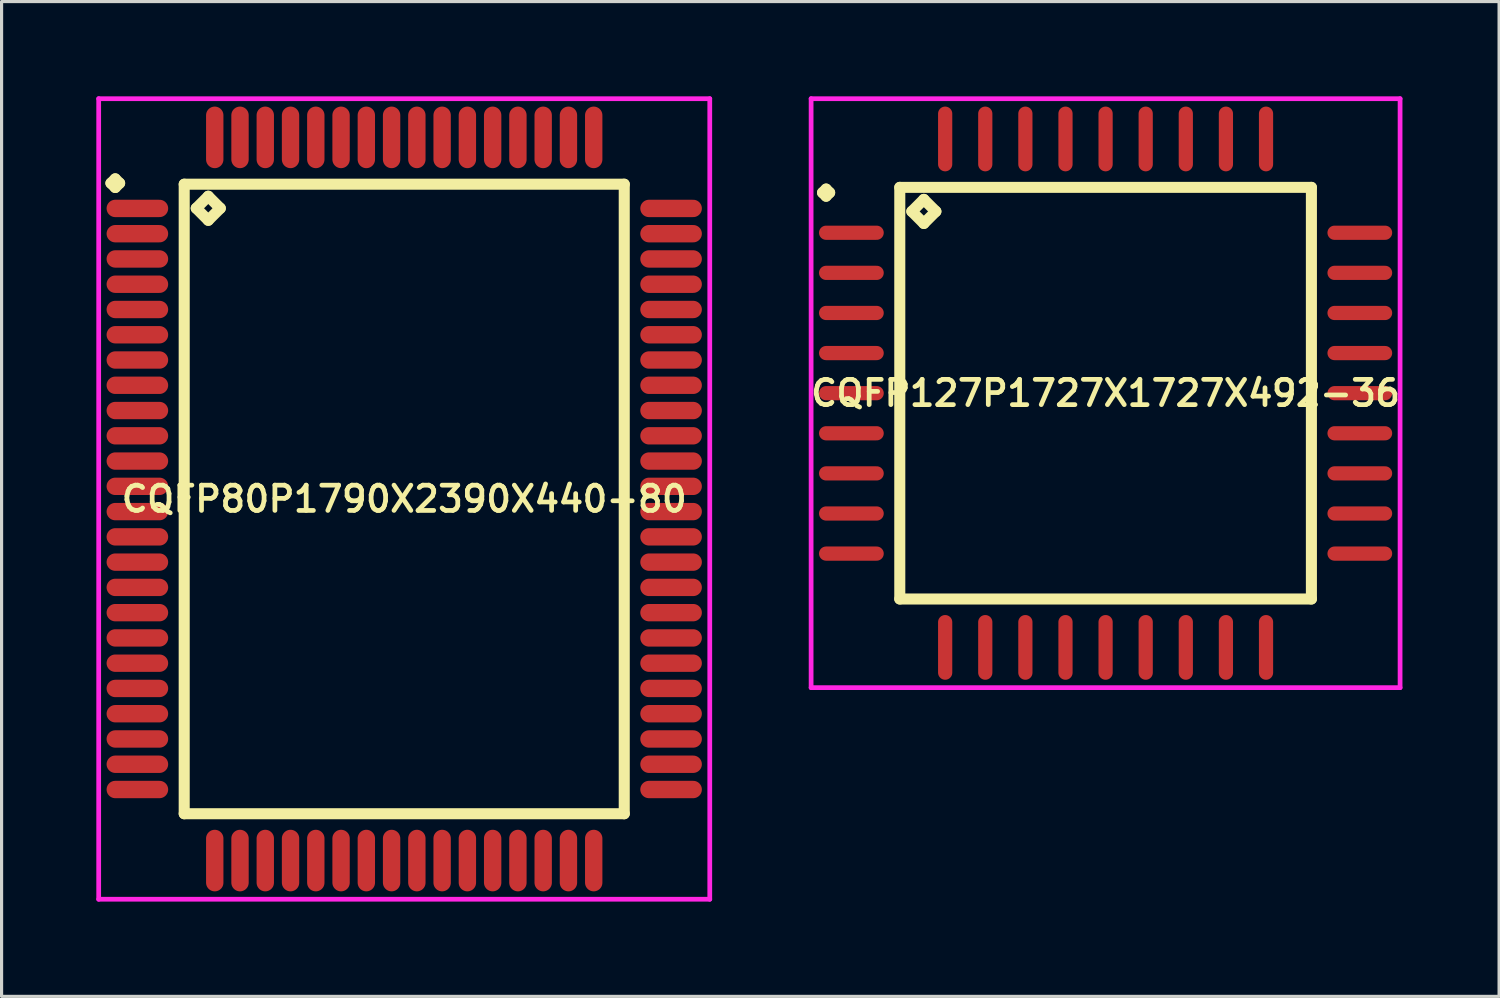
<source format=kicad_pcb>
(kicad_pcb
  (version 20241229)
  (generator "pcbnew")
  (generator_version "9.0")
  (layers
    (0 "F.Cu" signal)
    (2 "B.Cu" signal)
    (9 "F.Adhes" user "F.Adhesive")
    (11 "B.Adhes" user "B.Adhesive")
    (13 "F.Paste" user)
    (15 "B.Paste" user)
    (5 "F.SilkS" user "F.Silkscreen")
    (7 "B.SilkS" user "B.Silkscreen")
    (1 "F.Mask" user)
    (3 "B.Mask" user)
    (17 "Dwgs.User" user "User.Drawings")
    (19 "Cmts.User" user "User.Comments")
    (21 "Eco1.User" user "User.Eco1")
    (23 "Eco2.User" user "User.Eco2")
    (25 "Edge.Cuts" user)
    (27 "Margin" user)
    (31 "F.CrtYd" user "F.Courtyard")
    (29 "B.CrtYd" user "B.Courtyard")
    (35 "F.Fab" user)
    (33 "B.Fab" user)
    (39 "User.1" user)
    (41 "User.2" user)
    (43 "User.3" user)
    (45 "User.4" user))
  (footprint "CQFP80P1790X2390X440-80"
    (layer "F.Cu")
    (at 9.75 12.75)
    (property "Reference" "CQFP80P1790X2390X440-80" (at 0 0 0) (layer "F.SilkS") (effects (font (size 0.8 0.8) (thickness 0.15))))
    (attr through_hole)
    (fp_line (start -9.287 -10) (end -9.15 -10.137) (stroke (width 0.35) (type solid)) (layer "F.SilkS"))
    (fp_line (start -9.15 -10.137) (end -9.012 -10) (stroke (width 0.35) (type solid)) (layer "F.SilkS"))
    (fp_line (start -9.15 -9.863) (end -9.287 -10) (stroke (width 0.35) (type solid)) (layer "F.SilkS"))
    (fp_line (start -9.012 -10) (end -9.15 -9.863) (stroke (width 0.35) (type solid)) (layer "F.SilkS"))
    (fp_line (start -6.967 -9.967) (end -6.967 9.967) (stroke (width 0.35) (type solid)) (layer "F.SilkS"))
    (fp_line (start -6.967 9.967) (end 6.967 9.967) (stroke (width 0.35) (type solid)) (layer "F.SilkS"))
    (fp_line (start -6.586 -9.205) (end -6.205 -9.586) (stroke (width 0.35) (type solid)) (layer "F.SilkS"))
    (fp_line (start -6.205 -9.586) (end -5.824 -9.205) (stroke (width 0.35) (type solid)) (layer "F.SilkS"))
    (fp_line (start -6.205 -8.824) (end -6.586 -9.205) (stroke (width 0.35) (type solid)) (layer "F.SilkS"))
    (fp_line (start -5.824 -9.205) (end -6.205 -8.824) (stroke (width 0.35) (type solid)) (layer "F.SilkS"))
    (fp_line (start 6.967 -9.967) (end -6.967 -9.967) (stroke (width 0.35) (type solid)) (layer "F.SilkS"))
    (fp_line (start 6.967 9.967) (end 6.967 -9.967) (stroke (width 0.35) (type solid)) (layer "F.SilkS"))
    (fp_line (start -9.675 -12.675) (end 9.675 -12.675) (stroke (width 0.15) (type solid)) (layer "F.CrtYd"))
    (fp_line (start -9.675 12.675) (end -9.675 -12.675) (stroke (width 0.15) (type solid)) (layer "F.CrtYd"))
    (fp_line (start 9.675 -12.675) (end 9.675 12.675) (stroke (width 0.15) (type solid)) (layer "F.CrtYd"))
    (fp_line (start 9.675 12.675) (end -9.675 12.675) (stroke (width 0.15) (type solid)) (layer "F.CrtYd"))
    (pad "1" smd oval (at -8.45 -9.2) (size 1.95 0.55) (layers "F.Cu" "F.Mask" "F.Paste"))
    (pad "2" smd oval (at -8.45 -8.4) (size 1.95 0.55) (layers "F.Cu" "F.Mask" "F.Paste"))
    (pad "3" smd oval (at -8.45 -7.6) (size 1.95 0.55) (layers "F.Cu" "F.Mask" "F.Paste"))
    (pad "4" smd oval (at -8.45 -6.8) (size 1.95 0.55) (layers "F.Cu" "F.Mask" "F.Paste"))
    (pad "5" smd oval (at -8.45 -6) (size 1.95 0.55) (layers "F.Cu" "F.Mask" "F.Paste"))
    (pad "6" smd oval (at -8.45 -5.2) (size 1.95 0.55) (layers "F.Cu" "F.Mask" "F.Paste"))
    (pad "7" smd oval (at -8.45 -4.4) (size 1.95 0.55) (layers "F.Cu" "F.Mask" "F.Paste"))
    (pad "8" smd oval (at -8.45 -3.6) (size 1.95 0.55) (layers "F.Cu" "F.Mask" "F.Paste"))
    (pad "9" smd oval (at -8.45 -2.8) (size 1.95 0.55) (layers "F.Cu" "F.Mask" "F.Paste"))
    (pad "10" smd oval (at -8.45 -2) (size 1.95 0.55) (layers "F.Cu" "F.Mask" "F.Paste"))
    (pad "11" smd oval (at -8.45 -1.2) (size 1.95 0.55) (layers "F.Cu" "F.Mask" "F.Paste"))
    (pad "12" smd oval (at -8.45 -0.4) (size 1.95 0.55) (layers "F.Cu" "F.Mask" "F.Paste"))
    (pad "13" smd oval (at -8.45 0.4) (size 1.95 0.55) (layers "F.Cu" "F.Mask" "F.Paste"))
    (pad "14" smd oval (at -8.45 1.2) (size 1.95 0.55) (layers "F.Cu" "F.Mask" "F.Paste"))
    (pad "15" smd oval (at -8.45 2) (size 1.95 0.55) (layers "F.Cu" "F.Mask" "F.Paste"))
    (pad "16" smd oval (at -8.45 2.8) (size 1.95 0.55) (layers "F.Cu" "F.Mask" "F.Paste"))
    (pad "17" smd oval (at -8.45 3.6) (size 1.95 0.55) (layers "F.Cu" "F.Mask" "F.Paste"))
    (pad "18" smd oval (at -8.45 4.4) (size 1.95 0.55) (layers "F.Cu" "F.Mask" "F.Paste"))
    (pad "19" smd oval (at -8.45 5.2) (size 1.95 0.55) (layers "F.Cu" "F.Mask" "F.Paste"))
    (pad "20" smd oval (at -8.45 6) (size 1.95 0.55) (layers "F.Cu" "F.Mask" "F.Paste"))
    (pad "21" smd oval (at -8.45 6.8) (size 1.95 0.55) (layers "F.Cu" "F.Mask" "F.Paste"))
    (pad "22" smd oval (at -8.45 7.6) (size 1.95 0.55) (layers "F.Cu" "F.Mask" "F.Paste"))
    (pad "23" smd oval (at -8.45 8.4) (size 1.95 0.55) (layers "F.Cu" "F.Mask" "F.Paste"))
    (pad "24" smd oval (at -8.45 9.2) (size 1.95 0.55) (layers "F.Cu" "F.Mask" "F.Paste"))
    (pad "25" smd oval (at -6 11.45) (size 0.55 1.95) (layers "F.Cu" "F.Mask" "F.Paste"))
    (pad "26" smd oval (at -5.2 11.45) (size 0.55 1.95) (layers "F.Cu" "F.Mask" "F.Paste"))
    (pad "27" smd oval (at -4.4 11.45) (size 0.55 1.95) (layers "F.Cu" "F.Mask" "F.Paste"))
    (pad "28" smd oval (at -3.6 11.45) (size 0.55 1.95) (layers "F.Cu" "F.Mask" "F.Paste"))
    (pad "29" smd oval (at -2.8 11.45) (size 0.55 1.95) (layers "F.Cu" "F.Mask" "F.Paste"))
    (pad "30" smd oval (at -2 11.45) (size 0.55 1.95) (layers "F.Cu" "F.Mask" "F.Paste"))
    (pad "31" smd oval (at -1.2 11.45) (size 0.55 1.95) (layers "F.Cu" "F.Mask" "F.Paste"))
    (pad "32" smd oval (at -0.4 11.45) (size 0.55 1.95) (layers "F.Cu" "F.Mask" "F.Paste"))
    (pad "33" smd oval (at 0.4 11.45) (size 0.55 1.95) (layers "F.Cu" "F.Mask" "F.Paste"))
    (pad "34" smd oval (at 1.2 11.45) (size 0.55 1.95) (layers "F.Cu" "F.Mask" "F.Paste"))
    (pad "35" smd oval (at 2 11.45) (size 0.55 1.95) (layers "F.Cu" "F.Mask" "F.Paste"))
    (pad "36" smd oval (at 2.8 11.45) (size 0.55 1.95) (layers "F.Cu" "F.Mask" "F.Paste"))
    (pad "37" smd oval (at 3.6 11.45) (size 0.55 1.95) (layers "F.Cu" "F.Mask" "F.Paste"))
    (pad "38" smd oval (at 4.4 11.45) (size 0.55 1.95) (layers "F.Cu" "F.Mask" "F.Paste"))
    (pad "39" smd oval (at 5.2 11.45) (size 0.55 1.95) (layers "F.Cu" "F.Mask" "F.Paste"))
    (pad "40" smd oval (at 6 11.45) (size 0.55 1.95) (layers "F.Cu" "F.Mask" "F.Paste"))
    (pad "41" smd oval (at 8.45 9.2) (size 1.95 0.55) (layers "F.Cu" "F.Mask" "F.Paste"))
    (pad "42" smd oval (at 8.45 8.4) (size 1.95 0.55) (layers "F.Cu" "F.Mask" "F.Paste"))
    (pad "43" smd oval (at 8.45 7.6) (size 1.95 0.55) (layers "F.Cu" "F.Mask" "F.Paste"))
    (pad "44" smd oval (at 8.45 6.8) (size 1.95 0.55) (layers "F.Cu" "F.Mask" "F.Paste"))
    (pad "45" smd oval (at 8.45 6) (size 1.95 0.55) (layers "F.Cu" "F.Mask" "F.Paste"))
    (pad "46" smd oval (at 8.45 5.2) (size 1.95 0.55) (layers "F.Cu" "F.Mask" "F.Paste"))
    (pad "47" smd oval (at 8.45 4.4) (size 1.95 0.55) (layers "F.Cu" "F.Mask" "F.Paste"))
    (pad "48" smd oval (at 8.45 3.6) (size 1.95 0.55) (layers "F.Cu" "F.Mask" "F.Paste"))
    (pad "49" smd oval (at 8.45 2.8) (size 1.95 0.55) (layers "F.Cu" "F.Mask" "F.Paste"))
    (pad "50" smd oval (at 8.45 2) (size 1.95 0.55) (layers "F.Cu" "F.Mask" "F.Paste"))
    (pad "51" smd oval (at 8.45 1.2) (size 1.95 0.55) (layers "F.Cu" "F.Mask" "F.Paste"))
    (pad "52" smd oval (at 8.45 0.4) (size 1.95 0.55) (layers "F.Cu" "F.Mask" "F.Paste"))
    (pad "53" smd oval (at 8.45 -0.4) (size 1.95 0.55) (layers "F.Cu" "F.Mask" "F.Paste"))
    (pad "54" smd oval (at 8.45 -1.2) (size 1.95 0.55) (layers "F.Cu" "F.Mask" "F.Paste"))
    (pad "55" smd oval (at 8.45 -2) (size 1.95 0.55) (layers "F.Cu" "F.Mask" "F.Paste"))
    (pad "56" smd oval (at 8.45 -2.8) (size 1.95 0.55) (layers "F.Cu" "F.Mask" "F.Paste"))
    (pad "57" smd oval (at 8.45 -3.6) (size 1.95 0.55) (layers "F.Cu" "F.Mask" "F.Paste"))
    (pad "58" smd oval (at 8.45 -4.4) (size 1.95 0.55) (layers "F.Cu" "F.Mask" "F.Paste"))
    (pad "59" smd oval (at 8.45 -5.2) (size 1.95 0.55) (layers "F.Cu" "F.Mask" "F.Paste"))
    (pad "60" smd oval (at 8.45 -6) (size 1.95 0.55) (layers "F.Cu" "F.Mask" "F.Paste"))
    (pad "61" smd oval (at 8.45 -6.8) (size 1.95 0.55) (layers "F.Cu" "F.Mask" "F.Paste"))
    (pad "62" smd oval (at 8.45 -7.6) (size 1.95 0.55) (layers "F.Cu" "F.Mask" "F.Paste"))
    (pad "63" smd oval (at 8.45 -8.4) (size 1.95 0.55) (layers "F.Cu" "F.Mask" "F.Paste"))
    (pad "64" smd oval (at 8.45 -9.2) (size 1.95 0.55) (layers "F.Cu" "F.Mask" "F.Paste"))
    (pad "65" smd oval (at 6 -11.45) (size 0.55 1.95) (layers "F.Cu" "F.Mask" "F.Paste"))
    (pad "66" smd oval (at 5.2 -11.45) (size 0.55 1.95) (layers "F.Cu" "F.Mask" "F.Paste"))
    (pad "67" smd oval (at 4.4 -11.45) (size 0.55 1.95) (layers "F.Cu" "F.Mask" "F.Paste"))
    (pad "68" smd oval (at 3.6 -11.45) (size 0.55 1.95) (layers "F.Cu" "F.Mask" "F.Paste"))
    (pad "69" smd oval (at 2.8 -11.45) (size 0.55 1.95) (layers "F.Cu" "F.Mask" "F.Paste"))
    (pad "70" smd oval (at 2 -11.45) (size 0.55 1.95) (layers "F.Cu" "F.Mask" "F.Paste"))
    (pad "71" smd oval (at 1.2 -11.45) (size 0.55 1.95) (layers "F.Cu" "F.Mask" "F.Paste"))
    (pad "72" smd oval (at 0.4 -11.45) (size 0.55 1.95) (layers "F.Cu" "F.Mask" "F.Paste"))
    (pad "73" smd oval (at -0.4 -11.45) (size 0.55 1.95) (layers "F.Cu" "F.Mask" "F.Paste"))
    (pad "74" smd oval (at -1.2 -11.45) (size 0.55 1.95) (layers "F.Cu" "F.Mask" "F.Paste"))
    (pad "75" smd oval (at -2 -11.45) (size 0.55 1.95) (layers "F.Cu" "F.Mask" "F.Paste"))
    (pad "76" smd oval (at -2.8 -11.45) (size 0.55 1.95) (layers "F.Cu" "F.Mask" "F.Paste"))
    (pad "77" smd oval (at -3.6 -11.45) (size 0.55 1.95) (layers "F.Cu" "F.Mask" "F.Paste"))
    (pad "78" smd oval (at -4.4 -11.45) (size 0.55 1.95) (layers "F.Cu" "F.Mask" "F.Paste"))
    (pad "79" smd oval (at -5.2 -11.45) (size 0.55 1.95) (layers "F.Cu" "F.Mask" "F.Paste"))
    (pad "80" smd oval (at -6 -11.45) (size 0.55 1.95) (layers "F.Cu" "F.Mask" "F.Paste")))
  (footprint "CQFP127P1727X1727X492-36"
    (layer "F.Cu")
    (at 31.959 9.4)
    (property "Reference" "CQFP127P1727X1727X492-36" (at 0 0 0) (layer "F.SilkS") (effects (font (size 0.8 0.8) (thickness 0.15))))
    (attr smd)
    (fp_line (start -8.963 -6.35) (end -8.85 -6.463) (stroke (width 0.35) (type solid)) (layer "F.SilkS"))
    (fp_line (start -8.85 -6.463) (end -8.738 -6.35) (stroke (width 0.35) (type solid)) (layer "F.SilkS"))
    (fp_line (start -8.85 -6.237) (end -8.963 -6.35) (stroke (width 0.35) (type solid)) (layer "F.SilkS"))
    (fp_line (start -8.738 -6.35) (end -8.85 -6.237) (stroke (width 0.35) (type solid)) (layer "F.SilkS"))
    (fp_line (start -6.517 -6.517) (end -6.517 6.517) (stroke (width 0.35) (type solid)) (layer "F.SilkS"))
    (fp_line (start -6.517 6.517) (end 6.517 6.517) (stroke (width 0.35) (type solid)) (layer "F.SilkS"))
    (fp_line (start -6.136 -5.755) (end -5.755 -6.136) (stroke (width 0.35) (type solid)) (layer "F.SilkS"))
    (fp_line (start -5.755 -6.136) (end -5.374 -5.755) (stroke (width 0.35) (type solid)) (layer "F.SilkS"))
    (fp_line (start -5.755 -5.374) (end -6.136 -5.755) (stroke (width 0.35) (type solid)) (layer "F.SilkS"))
    (fp_line (start -5.374 -5.755) (end -5.755 -5.374) (stroke (width 0.35) (type solid)) (layer "F.SilkS"))
    (fp_line (start 6.517 -6.517) (end -6.517 -6.517) (stroke (width 0.35) (type solid)) (layer "F.SilkS"))
    (fp_line (start 6.517 6.517) (end 6.517 -6.517) (stroke (width 0.35) (type solid)) (layer "F.SilkS"))
    (fp_line (start -9.325 -9.325) (end 9.325 -9.325) (stroke (width 0.15) (type solid)) (layer "F.CrtYd"))
    (fp_line (start -9.325 9.325) (end -9.325 -9.325) (stroke (width 0.15) (type solid)) (layer "F.CrtYd"))
    (fp_line (start 9.325 -9.325) (end 9.325 9.325) (stroke (width 0.15) (type solid)) (layer "F.CrtYd"))
    (fp_line (start 9.325 9.325) (end -9.325 9.325) (stroke (width 0.15) (type solid)) (layer "F.CrtYd"))
    (pad "1" smd oval (at -8.05 -5.08) (size 2.05 0.45) (layers "F.Cu" "F.Mask" "F.Paste"))
    (pad "2" smd oval (at -8.05 -3.81) (size 2.05 0.45) (layers "F.Cu" "F.Mask" "F.Paste"))
    (pad "3" smd oval (at -8.05 -2.54) (size 2.05 0.45) (layers "F.Cu" "F.Mask" "F.Paste"))
    (pad "4" smd oval (at -8.05 -1.27) (size 2.05 0.45) (layers "F.Cu" "F.Mask" "F.Paste"))
    (pad "5" smd oval (at -8.05 0) (size 2.05 0.45) (layers "F.Cu" "F.Mask" "F.Paste"))
    (pad "6" smd oval (at -8.05 1.27) (size 2.05 0.45) (layers "F.Cu" "F.Mask" "F.Paste"))
    (pad "7" smd oval (at -8.05 2.54) (size 2.05 0.45) (layers "F.Cu" "F.Mask" "F.Paste"))
    (pad "8" smd oval (at -8.05 3.81) (size 2.05 0.45) (layers "F.Cu" "F.Mask" "F.Paste"))
    (pad "9" smd oval (at -8.05 5.08) (size 2.05 0.45) (layers "F.Cu" "F.Mask" "F.Paste"))
    (pad "10" smd oval (at -5.08 8.05) (size 0.45 2.05) (layers "F.Cu" "F.Mask" "F.Paste"))
    (pad "11" smd oval (at -3.81 8.05) (size 0.45 2.05) (layers "F.Cu" "F.Mask" "F.Paste"))
    (pad "12" smd oval (at -2.54 8.05) (size 0.45 2.05) (layers "F.Cu" "F.Mask" "F.Paste"))
    (pad "13" smd oval (at -1.27 8.05) (size 0.45 2.05) (layers "F.Cu" "F.Mask" "F.Paste"))
    (pad "14" smd oval (at 0 8.05) (size 0.45 2.05) (layers "F.Cu" "F.Mask" "F.Paste"))
    (pad "15" smd oval (at 1.27 8.05) (size 0.45 2.05) (layers "F.Cu" "F.Mask" "F.Paste"))
    (pad "16" smd oval (at 2.54 8.05) (size 0.45 2.05) (layers "F.Cu" "F.Mask" "F.Paste"))
    (pad "17" smd oval (at 3.81 8.05) (size 0.45 2.05) (layers "F.Cu" "F.Mask" "F.Paste"))
    (pad "18" smd oval (at 5.08 8.05) (size 0.45 2.05) (layers "F.Cu" "F.Mask" "F.Paste"))
    (pad "19" smd oval (at 8.05 5.08) (size 2.05 0.45) (layers "F.Cu" "F.Mask" "F.Paste"))
    (pad "20" smd oval (at 8.05 3.81) (size 2.05 0.45) (layers "F.Cu" "F.Mask" "F.Paste"))
    (pad "21" smd oval (at 8.05 2.54) (size 2.05 0.45) (layers "F.Cu" "F.Mask" "F.Paste"))
    (pad "22" smd oval (at 8.05 1.27) (size 2.05 0.45) (layers "F.Cu" "F.Mask" "F.Paste"))
    (pad "23" smd oval (at 8.05 0) (size 2.05 0.45) (layers "F.Cu" "F.Mask" "F.Paste"))
    (pad "24" smd oval (at 8.05 -1.27) (size 2.05 0.45) (layers "F.Cu" "F.Mask" "F.Paste"))
    (pad "25" smd oval (at 8.05 -2.54) (size 2.05 0.45) (layers "F.Cu" "F.Mask" "F.Paste"))
    (pad "26" smd oval (at 8.05 -3.81) (size 2.05 0.45) (layers "F.Cu" "F.Mask" "F.Paste"))
    (pad "27" smd oval (at 8.05 -5.08) (size 2.05 0.45) (layers "F.Cu" "F.Mask" "F.Paste"))
    (pad "28" smd oval (at 5.08 -8.05) (size 0.45 2.05) (layers "F.Cu" "F.Mask" "F.Paste"))
    (pad "29" smd oval (at 3.81 -8.05) (size 0.45 2.05) (layers "F.Cu" "F.Mask" "F.Paste"))
    (pad "30" smd oval (at 2.54 -8.05) (size 0.45 2.05) (layers "F.Cu" "F.Mask" "F.Paste"))
    (pad "31" smd oval (at 1.27 -8.05) (size 0.45 2.05) (layers "F.Cu" "F.Mask" "F.Paste"))
    (pad "32" smd oval (at 0 -8.05) (size 0.45 2.05) (layers "F.Cu" "F.Mask" "F.Paste"))
    (pad "33" smd oval (at -1.27 -8.05) (size 0.45 2.05) (layers "F.Cu" "F.Mask" "F.Paste"))
    (pad "34" smd oval (at -2.54 -8.05) (size 0.45 2.05) (layers "F.Cu" "F.Mask" "F.Paste"))
    (pad "35" smd oval (at -3.81 -8.05) (size 0.45 2.05) (layers "F.Cu" "F.Mask" "F.Paste"))
    (pad "36" smd oval (at -5.08 -8.05) (size 0.45 2.05) (layers "F.Cu" "F.Mask" "F.Paste")))
  (gr_rect
    (start -3 -3)
    (end 44.419 28.5)
    (stroke (width 0.1) (type default))
    (fill no)
    (layer "Edge.Cuts")))
</source>
